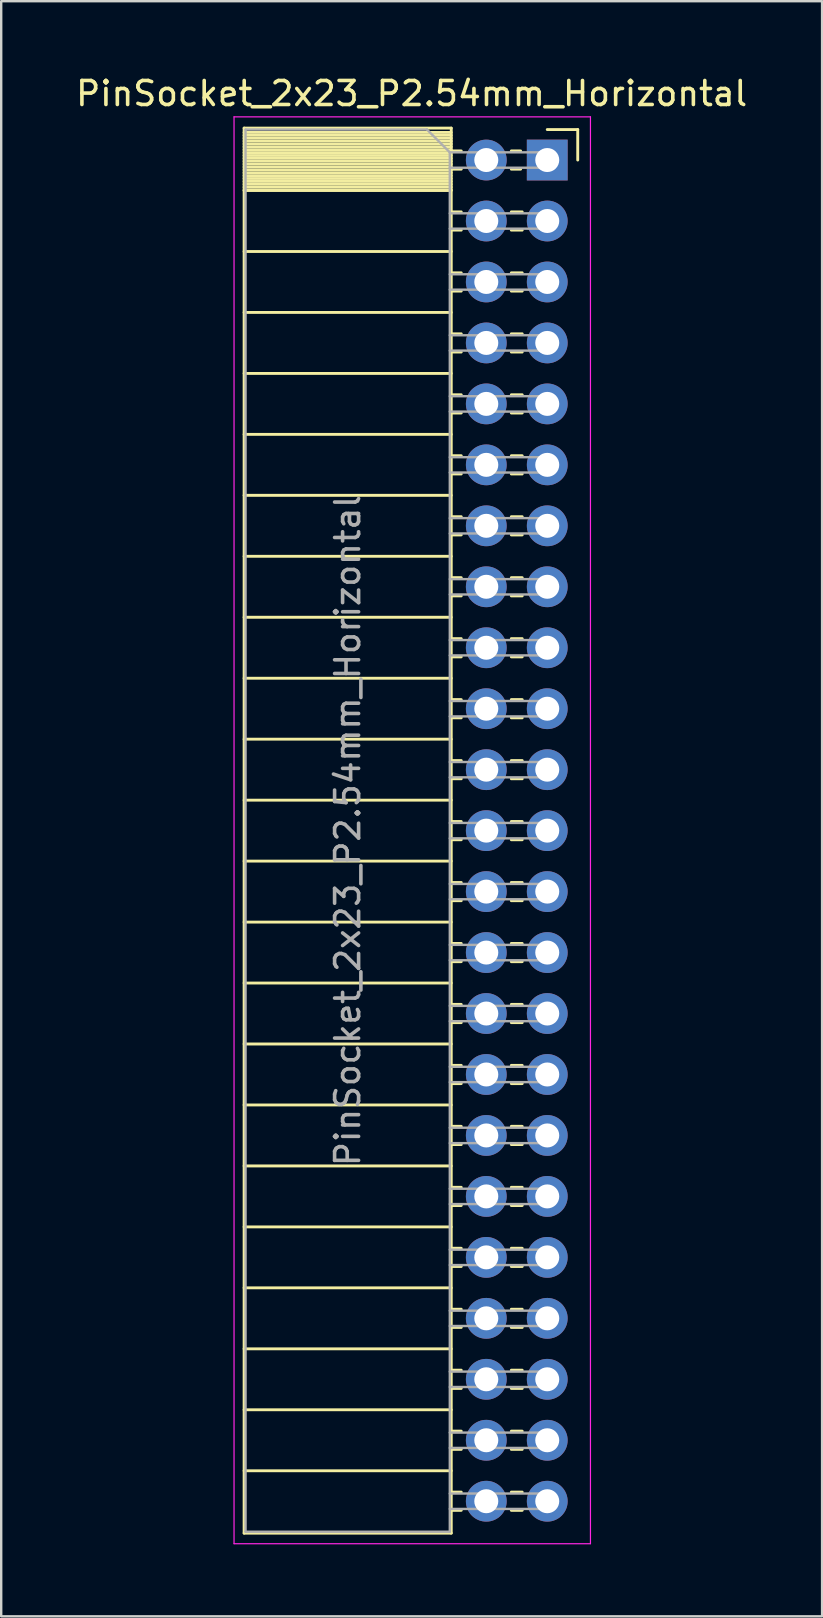
<source format=kicad_pcb>
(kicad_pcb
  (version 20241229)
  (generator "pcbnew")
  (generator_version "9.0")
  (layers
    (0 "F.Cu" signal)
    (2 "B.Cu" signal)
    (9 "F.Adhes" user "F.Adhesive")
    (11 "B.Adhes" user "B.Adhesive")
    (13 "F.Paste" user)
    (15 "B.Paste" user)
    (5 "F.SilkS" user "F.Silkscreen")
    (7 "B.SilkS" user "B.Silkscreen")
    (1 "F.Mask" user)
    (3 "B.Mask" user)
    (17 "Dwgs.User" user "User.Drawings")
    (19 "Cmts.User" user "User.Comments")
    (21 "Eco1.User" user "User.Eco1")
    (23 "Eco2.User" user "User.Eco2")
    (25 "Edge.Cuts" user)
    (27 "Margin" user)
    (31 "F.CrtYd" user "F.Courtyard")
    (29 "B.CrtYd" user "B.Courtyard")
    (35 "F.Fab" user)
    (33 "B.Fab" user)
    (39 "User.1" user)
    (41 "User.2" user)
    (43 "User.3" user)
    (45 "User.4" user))
  (footprint "PinSocket_2x23_P2.54mm_Horizontal"
    (layer "F.Cu")
    (at 19.751 3.618)
    (property "Reference" "PinSocket_2x23_P2.54mm_Horizontal" (at -5.65 -2.77 0) (layer "F.SilkS") (effects (font (size 1 1) (thickness 0.15))))
    (attr through_hole)
    (fp_line (start -12.63 -1.33) (end -12.63 57.21) (stroke (width 0.12) (type solid)) (layer "F.SilkS"))
    (fp_line (start -12.63 -1.33) (end -4 -1.33) (stroke (width 0.12) (type solid)) (layer "F.SilkS"))
    (fp_line (start -12.63 -1.15) (end -4 -1.15) (stroke (width 0.12) (type solid)) (layer "F.SilkS"))
    (fp_line (start -12.63 -1.03) (end -4 -1.03) (stroke (width 0.12) (type solid)) (layer "F.SilkS"))
    (fp_line (start -12.63 -0.91) (end -4 -0.91) (stroke (width 0.12) (type solid)) (layer "F.SilkS"))
    (fp_line (start -12.63 -0.79) (end -4 -0.79) (stroke (width 0.12) (type solid)) (layer "F.SilkS"))
    (fp_line (start -12.63 -0.67) (end -4 -0.67) (stroke (width 0.12) (type solid)) (layer "F.SilkS"))
    (fp_line (start -12.63 -0.55) (end -4 -0.55) (stroke (width 0.12) (type solid)) (layer "F.SilkS"))
    (fp_line (start -12.63 -0.43) (end -4 -0.43) (stroke (width 0.12) (type solid)) (layer "F.SilkS"))
    (fp_line (start -12.63 -0.31) (end -4 -0.31) (stroke (width 0.12) (type solid)) (layer "F.SilkS"))
    (fp_line (start -12.63 -0.19) (end -4 -0.19) (stroke (width 0.12) (type solid)) (layer "F.SilkS"))
    (fp_line (start -12.63 -0.07) (end -4 -0.07) (stroke (width 0.12) (type solid)) (layer "F.SilkS"))
    (fp_line (start -12.63 0.05) (end -4 0.05) (stroke (width 0.12) (type solid)) (layer "F.SilkS"))
    (fp_line (start -12.63 0.17) (end -4 0.17) (stroke (width 0.12) (type solid)) (layer "F.SilkS"))
    (fp_line (start -12.63 0.29) (end -4 0.29) (stroke (width 0.12) (type solid)) (layer "F.SilkS"))
    (fp_line (start -12.63 0.41) (end -4 0.41) (stroke (width 0.12) (type solid)) (layer "F.SilkS"))
    (fp_line (start -12.63 0.53) (end -4 0.53) (stroke (width 0.12) (type solid)) (layer "F.SilkS"))
    (fp_line (start -12.63 0.65) (end -4 0.65) (stroke (width 0.12) (type solid)) (layer "F.SilkS"))
    (fp_line (start -12.63 0.77) (end -4 0.77) (stroke (width 0.12) (type solid)) (layer "F.SilkS"))
    (fp_line (start -12.63 0.89) (end -4 0.89) (stroke (width 0.12) (type solid)) (layer "F.SilkS"))
    (fp_line (start -12.63 1.01) (end -4 1.01) (stroke (width 0.12) (type solid)) (layer "F.SilkS"))
    (fp_line (start -12.63 1.13) (end -4 1.13) (stroke (width 0.12) (type solid)) (layer "F.SilkS"))
    (fp_line (start -12.63 1.25) (end -4 1.25) (stroke (width 0.12) (type solid)) (layer "F.SilkS"))
    (fp_line (start -12.63 1.27) (end -4 1.27) (stroke (width 0.12) (type solid)) (layer "F.SilkS"))
    (fp_line (start -12.63 3.81) (end -4 3.81) (stroke (width 0.12) (type solid)) (layer "F.SilkS"))
    (fp_line (start -12.63 6.35) (end -4 6.35) (stroke (width 0.12) (type solid)) (layer "F.SilkS"))
    (fp_line (start -12.63 8.89) (end -4 8.89) (stroke (width 0.12) (type solid)) (layer "F.SilkS"))
    (fp_line (start -12.63 11.43) (end -4 11.43) (stroke (width 0.12) (type solid)) (layer "F.SilkS"))
    (fp_line (start -12.63 13.97) (end -4 13.97) (stroke (width 0.12) (type solid)) (layer "F.SilkS"))
    (fp_line (start -12.63 16.51) (end -4 16.51) (stroke (width 0.12) (type solid)) (layer "F.SilkS"))
    (fp_line (start -12.63 19.05) (end -4 19.05) (stroke (width 0.12) (type solid)) (layer "F.SilkS"))
    (fp_line (start -12.63 21.59) (end -4 21.59) (stroke (width 0.12) (type solid)) (layer "F.SilkS"))
    (fp_line (start -12.63 24.13) (end -4 24.13) (stroke (width 0.12) (type solid)) (layer "F.SilkS"))
    (fp_line (start -12.63 26.67) (end -4 26.67) (stroke (width 0.12) (type solid)) (layer "F.SilkS"))
    (fp_line (start -12.63 29.21) (end -4 29.21) (stroke (width 0.12) (type solid)) (layer "F.SilkS"))
    (fp_line (start -12.63 31.75) (end -4 31.75) (stroke (width 0.12) (type solid)) (layer "F.SilkS"))
    (fp_line (start -12.63 34.29) (end -4 34.29) (stroke (width 0.12) (type solid)) (layer "F.SilkS"))
    (fp_line (start -12.63 36.83) (end -4 36.83) (stroke (width 0.12) (type solid)) (layer "F.SilkS"))
    (fp_line (start -12.63 39.37) (end -4 39.37) (stroke (width 0.12) (type solid)) (layer "F.SilkS"))
    (fp_line (start -12.63 41.91) (end -4 41.91) (stroke (width 0.12) (type solid)) (layer "F.SilkS"))
    (fp_line (start -12.63 44.45) (end -4 44.45) (stroke (width 0.12) (type solid)) (layer "F.SilkS"))
    (fp_line (start -12.63 46.99) (end -4 46.99) (stroke (width 0.12) (type solid)) (layer "F.SilkS"))
    (fp_line (start -12.63 49.53) (end -4 49.53) (stroke (width 0.12) (type solid)) (layer "F.SilkS"))
    (fp_line (start -12.63 52.07) (end -4 52.07) (stroke (width 0.12) (type solid)) (layer "F.SilkS"))
    (fp_line (start -12.63 54.61) (end -4 54.61) (stroke (width 0.12) (type solid)) (layer "F.SilkS"))
    (fp_line (start -12.63 57.21) (end -4 57.21) (stroke (width 0.12) (type solid)) (layer "F.SilkS"))
    (fp_line (start -4 -1.33) (end -4 57.21) (stroke (width 0.12) (type solid)) (layer "F.SilkS"))
    (fp_line (start -4 -0.38) (end -3.583 -0.38) (stroke (width 0.12) (type solid)) (layer "F.SilkS"))
    (fp_line (start -4 0.38) (end -3.583 0.38) (stroke (width 0.12) (type solid)) (layer "F.SilkS"))
    (fp_line (start -4 2.16) (end -3.583 2.16) (stroke (width 0.12) (type solid)) (layer "F.SilkS"))
    (fp_line (start -4 2.92) (end -3.583 2.92) (stroke (width 0.12) (type solid)) (layer "F.SilkS"))
    (fp_line (start -4 4.7) (end -3.583 4.7) (stroke (width 0.12) (type solid)) (layer "F.SilkS"))
    (fp_line (start -4 5.46) (end -3.583 5.46) (stroke (width 0.12) (type solid)) (layer "F.SilkS"))
    (fp_line (start -4 7.24) (end -3.583 7.24) (stroke (width 0.12) (type solid)) (layer "F.SilkS"))
    (fp_line (start -4 8) (end -3.583 8) (stroke (width 0.12) (type solid)) (layer "F.SilkS"))
    (fp_line (start -4 9.78) (end -3.583 9.78) (stroke (width 0.12) (type solid)) (layer "F.SilkS"))
    (fp_line (start -4 10.54) (end -3.583 10.54) (stroke (width 0.12) (type solid)) (layer "F.SilkS"))
    (fp_line (start -4 12.32) (end -3.583 12.32) (stroke (width 0.12) (type solid)) (layer "F.SilkS"))
    (fp_line (start -4 13.08) (end -3.583 13.08) (stroke (width 0.12) (type solid)) (layer "F.SilkS"))
    (fp_line (start -4 14.86) (end -3.583 14.86) (stroke (width 0.12) (type solid)) (layer "F.SilkS"))
    (fp_line (start -4 15.62) (end -3.583 15.62) (stroke (width 0.12) (type solid)) (layer "F.SilkS"))
    (fp_line (start -4 17.4) (end -3.583 17.4) (stroke (width 0.12) (type solid)) (layer "F.SilkS"))
    (fp_line (start -4 18.16) (end -3.583 18.16) (stroke (width 0.12) (type solid)) (layer "F.SilkS"))
    (fp_line (start -4 19.94) (end -3.583 19.94) (stroke (width 0.12) (type solid)) (layer "F.SilkS"))
    (fp_line (start -4 20.7) (end -3.583 20.7) (stroke (width 0.12) (type solid)) (layer "F.SilkS"))
    (fp_line (start -4 22.48) (end -3.583 22.48) (stroke (width 0.12) (type solid)) (layer "F.SilkS"))
    (fp_line (start -4 23.24) (end -3.583 23.24) (stroke (width 0.12) (type solid)) (layer "F.SilkS"))
    (fp_line (start -4 25.02) (end -3.583 25.02) (stroke (width 0.12) (type solid)) (layer "F.SilkS"))
    (fp_line (start -4 25.78) (end -3.583 25.78) (stroke (width 0.12) (type solid)) (layer "F.SilkS"))
    (fp_line (start -4 27.56) (end -3.583 27.56) (stroke (width 0.12) (type solid)) (layer "F.SilkS"))
    (fp_line (start -4 28.32) (end -3.583 28.32) (stroke (width 0.12) (type solid)) (layer "F.SilkS"))
    (fp_line (start -4 30.1) (end -3.583 30.1) (stroke (width 0.12) (type solid)) (layer "F.SilkS"))
    (fp_line (start -4 30.86) (end -3.583 30.86) (stroke (width 0.12) (type solid)) (layer "F.SilkS"))
    (fp_line (start -4 32.64) (end -3.583 32.64) (stroke (width 0.12) (type solid)) (layer "F.SilkS"))
    (fp_line (start -4 33.4) (end -3.583 33.4) (stroke (width 0.12) (type solid)) (layer "F.SilkS"))
    (fp_line (start -4 35.18) (end -3.583 35.18) (stroke (width 0.12) (type solid)) (layer "F.SilkS"))
    (fp_line (start -4 35.94) (end -3.583 35.94) (stroke (width 0.12) (type solid)) (layer "F.SilkS"))
    (fp_line (start -4 37.72) (end -3.583 37.72) (stroke (width 0.12) (type solid)) (layer "F.SilkS"))
    (fp_line (start -4 38.48) (end -3.583 38.48) (stroke (width 0.12) (type solid)) (layer "F.SilkS"))
    (fp_line (start -4 40.26) (end -3.583 40.26) (stroke (width 0.12) (type solid)) (layer "F.SilkS"))
    (fp_line (start -4 41.02) (end -3.583 41.02) (stroke (width 0.12) (type solid)) (layer "F.SilkS"))
    (fp_line (start -4 42.8) (end -3.583 42.8) (stroke (width 0.12) (type solid)) (layer "F.SilkS"))
    (fp_line (start -4 43.56) (end -3.583 43.56) (stroke (width 0.12) (type solid)) (layer "F.SilkS"))
    (fp_line (start -4 45.34) (end -3.583 45.34) (stroke (width 0.12) (type solid)) (layer "F.SilkS"))
    (fp_line (start -4 46.1) (end -3.583 46.1) (stroke (width 0.12) (type solid)) (layer "F.SilkS"))
    (fp_line (start -4 47.88) (end -3.583 47.88) (stroke (width 0.12) (type solid)) (layer "F.SilkS"))
    (fp_line (start -4 48.64) (end -3.583 48.64) (stroke (width 0.12) (type solid)) (layer "F.SilkS"))
    (fp_line (start -4 50.42) (end -3.583 50.42) (stroke (width 0.12) (type solid)) (layer "F.SilkS"))
    (fp_line (start -4 51.18) (end -3.583 51.18) (stroke (width 0.12) (type solid)) (layer "F.SilkS"))
    (fp_line (start -4 52.96) (end -3.583 52.96) (stroke (width 0.12) (type solid)) (layer "F.SilkS"))
    (fp_line (start -4 53.72) (end -3.583 53.72) (stroke (width 0.12) (type solid)) (layer "F.SilkS"))
    (fp_line (start -4 55.5) (end -3.583 55.5) (stroke (width 0.12) (type solid)) (layer "F.SilkS"))
    (fp_line (start -4 56.26) (end -3.583 56.26) (stroke (width 0.12) (type solid)) (layer "F.SilkS"))
    (fp_line (start -1.497 -0.38) (end -1.11 -0.38) (stroke (width 0.12) (type solid)) (layer "F.SilkS"))
    (fp_line (start -1.497 0.38) (end -1.11 0.38) (stroke (width 0.12) (type solid)) (layer "F.SilkS"))
    (fp_line (start -1.497 2.16) (end -1.043 2.16) (stroke (width 0.12) (type solid)) (layer "F.SilkS"))
    (fp_line (start -1.497 2.92) (end -1.043 2.92) (stroke (width 0.12) (type solid)) (layer "F.SilkS"))
    (fp_line (start -1.497 4.7) (end -1.043 4.7) (stroke (width 0.12) (type solid)) (layer "F.SilkS"))
    (fp_line (start -1.497 5.46) (end -1.043 5.46) (stroke (width 0.12) (type solid)) (layer "F.SilkS"))
    (fp_line (start -1.497 7.24) (end -1.043 7.24) (stroke (width 0.12) (type solid)) (layer "F.SilkS"))
    (fp_line (start -1.497 8) (end -1.043 8) (stroke (width 0.12) (type solid)) (layer "F.SilkS"))
    (fp_line (start -1.497 9.78) (end -1.043 9.78) (stroke (width 0.12) (type solid)) (layer "F.SilkS"))
    (fp_line (start -1.497 10.54) (end -1.043 10.54) (stroke (width 0.12) (type solid)) (layer "F.SilkS"))
    (fp_line (start -1.497 12.32) (end -1.043 12.32) (stroke (width 0.12) (type solid)) (layer "F.SilkS"))
    (fp_line (start -1.497 13.08) (end -1.043 13.08) (stroke (width 0.12) (type solid)) (layer "F.SilkS"))
    (fp_line (start -1.497 14.86) (end -1.043 14.86) (stroke (width 0.12) (type solid)) (layer "F.SilkS"))
    (fp_line (start -1.497 15.62) (end -1.043 15.62) (stroke (width 0.12) (type solid)) (layer "F.SilkS"))
    (fp_line (start -1.497 17.4) (end -1.043 17.4) (stroke (width 0.12) (type solid)) (layer "F.SilkS"))
    (fp_line (start -1.497 18.16) (end -1.043 18.16) (stroke (width 0.12) (type solid)) (layer "F.SilkS"))
    (fp_line (start -1.497 19.94) (end -1.043 19.94) (stroke (width 0.12) (type solid)) (layer "F.SilkS"))
    (fp_line (start -1.497 20.7) (end -1.043 20.7) (stroke (width 0.12) (type solid)) (layer "F.SilkS"))
    (fp_line (start -1.497 22.48) (end -1.043 22.48) (stroke (width 0.12) (type solid)) (layer "F.SilkS"))
    (fp_line (start -1.497 23.24) (end -1.043 23.24) (stroke (width 0.12) (type solid)) (layer "F.SilkS"))
    (fp_line (start -1.497 25.02) (end -1.043 25.02) (stroke (width 0.12) (type solid)) (layer "F.SilkS"))
    (fp_line (start -1.497 25.78) (end -1.043 25.78) (stroke (width 0.12) (type solid)) (layer "F.SilkS"))
    (fp_line (start -1.497 27.56) (end -1.043 27.56) (stroke (width 0.12) (type solid)) (layer "F.SilkS"))
    (fp_line (start -1.497 28.32) (end -1.043 28.32) (stroke (width 0.12) (type solid)) (layer "F.SilkS"))
    (fp_line (start -1.497 30.1) (end -1.043 30.1) (stroke (width 0.12) (type solid)) (layer "F.SilkS"))
    (fp_line (start -1.497 30.86) (end -1.043 30.86) (stroke (width 0.12) (type solid)) (layer "F.SilkS"))
    (fp_line (start -1.497 32.64) (end -1.043 32.64) (stroke (width 0.12) (type solid)) (layer "F.SilkS"))
    (fp_line (start -1.497 33.4) (end -1.043 33.4) (stroke (width 0.12) (type solid)) (layer "F.SilkS"))
    (fp_line (start -1.497 35.18) (end -1.043 35.18) (stroke (width 0.12) (type solid)) (layer "F.SilkS"))
    (fp_line (start -1.497 35.94) (end -1.043 35.94) (stroke (width 0.12) (type solid)) (layer "F.SilkS"))
    (fp_line (start -1.497 37.72) (end -1.043 37.72) (stroke (width 0.12) (type solid)) (layer "F.SilkS"))
    (fp_line (start -1.497 38.48) (end -1.043 38.48) (stroke (width 0.12) (type solid)) (layer "F.SilkS"))
    (fp_line (start -1.497 40.26) (end -1.043 40.26) (stroke (width 0.12) (type solid)) (layer "F.SilkS"))
    (fp_line (start -1.497 41.02) (end -1.043 41.02) (stroke (width 0.12) (type solid)) (layer "F.SilkS"))
    (fp_line (start -1.497 42.8) (end -1.043 42.8) (stroke (width 0.12) (type solid)) (layer "F.SilkS"))
    (fp_line (start -1.497 43.56) (end -1.043 43.56) (stroke (width 0.12) (type solid)) (layer "F.SilkS"))
    (fp_line (start -1.497 45.34) (end -1.043 45.34) (stroke (width 0.12) (type solid)) (layer "F.SilkS"))
    (fp_line (start -1.497 46.1) (end -1.043 46.1) (stroke (width 0.12) (type solid)) (layer "F.SilkS"))
    (fp_line (start -1.497 47.88) (end -1.043 47.88) (stroke (width 0.12) (type solid)) (layer "F.SilkS"))
    (fp_line (start -1.497 48.64) (end -1.043 48.64) (stroke (width 0.12) (type solid)) (layer "F.SilkS"))
    (fp_line (start -1.497 50.42) (end -1.043 50.42) (stroke (width 0.12) (type solid)) (layer "F.SilkS"))
    (fp_line (start -1.497 51.18) (end -1.043 51.18) (stroke (width 0.12) (type solid)) (layer "F.SilkS"))
    (fp_line (start -1.497 52.96) (end -1.043 52.96) (stroke (width 0.12) (type solid)) (layer "F.SilkS"))
    (fp_line (start -1.497 53.72) (end -1.043 53.72) (stroke (width 0.12) (type solid)) (layer "F.SilkS"))
    (fp_line (start -1.497 55.5) (end -1.043 55.5) (stroke (width 0.12) (type solid)) (layer "F.SilkS"))
    (fp_line (start -1.497 56.26) (end -1.043 56.26) (stroke (width 0.12) (type solid)) (layer "F.SilkS"))
    (fp_line (start 0 -1.27) (end 1.27 -1.27) (stroke (width 0.12) (type solid)) (layer "F.SilkS"))
    (fp_line (start 1.27 -1.27) (end 1.27 0) (stroke (width 0.12) (type solid)) (layer "F.SilkS"))
    (fp_line (start -13.05 -1.8) (end -13.05 57.65) (stroke (width 0.05) (type solid)) (layer "F.CrtYd"))
    (fp_line (start -13.05 57.65) (end 1.8 57.65) (stroke (width 0.05) (type solid)) (layer "F.CrtYd"))
    (fp_line (start 1.8 -1.8) (end -13.05 -1.8) (stroke (width 0.05) (type solid)) (layer "F.CrtYd"))
    (fp_line (start 1.8 57.65) (end 1.8 -1.8) (stroke (width 0.05) (type solid)) (layer "F.CrtYd"))
    (fp_line (start -12.57 -1.27) (end -5.01 -1.27) (stroke (width 0.1) (type solid)) (layer "F.Fab"))
    (fp_line (start -12.57 57.15) (end -12.57 -1.27) (stroke (width 0.1) (type solid)) (layer "F.Fab"))
    (fp_line (start -5.01 -1.27) (end -4.06 -0.32) (stroke (width 0.1) (type solid)) (layer "F.Fab"))
    (fp_line (start -4.06 -0.32) (end -4.06 57.15) (stroke (width 0.1) (type solid)) (layer "F.Fab"))
    (fp_line (start -4.06 0.32) (end 0 0.32) (stroke (width 0.1) (type solid)) (layer "F.Fab"))
    (fp_line (start -4.06 2.86) (end 0 2.86) (stroke (width 0.1) (type solid)) (layer "F.Fab"))
    (fp_line (start -4.06 5.4) (end 0 5.4) (stroke (width 0.1) (type solid)) (layer "F.Fab"))
    (fp_line (start -4.06 7.94) (end 0 7.94) (stroke (width 0.1) (type solid)) (layer "F.Fab"))
    (fp_line (start -4.06 10.48) (end 0 10.48) (stroke (width 0.1) (type solid)) (layer "F.Fab"))
    (fp_line (start -4.06 13.02) (end 0 13.02) (stroke (width 0.1) (type solid)) (layer "F.Fab"))
    (fp_line (start -4.06 15.56) (end 0 15.56) (stroke (width 0.1) (type solid)) (layer "F.Fab"))
    (fp_line (start -4.06 18.1) (end 0 18.1) (stroke (width 0.1) (type solid)) (layer "F.Fab"))
    (fp_line (start -4.06 20.64) (end 0 20.64) (stroke (width 0.1) (type solid)) (layer "F.Fab"))
    (fp_line (start -4.06 23.18) (end 0 23.18) (stroke (width 0.1) (type solid)) (layer "F.Fab"))
    (fp_line (start -4.06 25.72) (end 0 25.72) (stroke (width 0.1) (type solid)) (layer "F.Fab"))
    (fp_line (start -4.06 28.26) (end 0 28.26) (stroke (width 0.1) (type solid)) (layer "F.Fab"))
    (fp_line (start -4.06 30.8) (end 0 30.8) (stroke (width 0.1) (type solid)) (layer "F.Fab"))
    (fp_line (start -4.06 33.34) (end 0 33.34) (stroke (width 0.1) (type solid)) (layer "F.Fab"))
    (fp_line (start -4.06 35.88) (end 0 35.88) (stroke (width 0.1) (type solid)) (layer "F.Fab"))
    (fp_line (start -4.06 38.42) (end 0 38.42) (stroke (width 0.1) (type solid)) (layer "F.Fab"))
    (fp_line (start -4.06 40.96) (end 0 40.96) (stroke (width 0.1) (type solid)) (layer "F.Fab"))
    (fp_line (start -4.06 43.5) (end 0 43.5) (stroke (width 0.1) (type solid)) (layer "F.Fab"))
    (fp_line (start -4.06 46.04) (end 0 46.04) (stroke (width 0.1) (type solid)) (layer "F.Fab"))
    (fp_line (start -4.06 48.58) (end 0 48.58) (stroke (width 0.1) (type solid)) (layer "F.Fab"))
    (fp_line (start -4.06 51.12) (end 0 51.12) (stroke (width 0.1) (type solid)) (layer "F.Fab"))
    (fp_line (start -4.06 53.66) (end 0 53.66) (stroke (width 0.1) (type solid)) (layer "F.Fab"))
    (fp_line (start -4.06 56.2) (end 0 56.2) (stroke (width 0.1) (type solid)) (layer "F.Fab"))
    (fp_line (start -4.06 57.15) (end -12.57 57.15) (stroke (width 0.1) (type solid)) (layer "F.Fab"))
    (fp_line (start 0 -0.32) (end -4.06 -0.32) (stroke (width 0.1) (type solid)) (layer "F.Fab"))
    (fp_line (start 0 0.32) (end 0 -0.32) (stroke (width 0.1) (type solid)) (layer "F.Fab"))
    (fp_line (start 0 2.22) (end -4.06 2.22) (stroke (width 0.1) (type solid)) (layer "F.Fab"))
    (fp_line (start 0 2.86) (end 0 2.22) (stroke (width 0.1) (type solid)) (layer "F.Fab"))
    (fp_line (start 0 4.76) (end -4.06 4.76) (stroke (width 0.1) (type solid)) (layer "F.Fab"))
    (fp_line (start 0 5.4) (end 0 4.76) (stroke (width 0.1) (type solid)) (layer "F.Fab"))
    (fp_line (start 0 7.3) (end -4.06 7.3) (stroke (width 0.1) (type solid)) (layer "F.Fab"))
    (fp_line (start 0 7.94) (end 0 7.3) (stroke (width 0.1) (type solid)) (layer "F.Fab"))
    (fp_line (start 0 9.84) (end -4.06 9.84) (stroke (width 0.1) (type solid)) (layer "F.Fab"))
    (fp_line (start 0 10.48) (end 0 9.84) (stroke (width 0.1) (type solid)) (layer "F.Fab"))
    (fp_line (start 0 12.38) (end -4.06 12.38) (stroke (width 0.1) (type solid)) (layer "F.Fab"))
    (fp_line (start 0 13.02) (end 0 12.38) (stroke (width 0.1) (type solid)) (layer "F.Fab"))
    (fp_line (start 0 14.92) (end -4.06 14.92) (stroke (width 0.1) (type solid)) (layer "F.Fab"))
    (fp_line (start 0 15.56) (end 0 14.92) (stroke (width 0.1) (type solid)) (layer "F.Fab"))
    (fp_line (start 0 17.46) (end -4.06 17.46) (stroke (width 0.1) (type solid)) (layer "F.Fab"))
    (fp_line (start 0 18.1) (end 0 17.46) (stroke (width 0.1) (type solid)) (layer "F.Fab"))
    (fp_line (start 0 20) (end -4.06 20) (stroke (width 0.1) (type solid)) (layer "F.Fab"))
    (fp_line (start 0 20.64) (end 0 20) (stroke (width 0.1) (type solid)) (layer "F.Fab"))
    (fp_line (start 0 22.54) (end -4.06 22.54) (stroke (width 0.1) (type solid)) (layer "F.Fab"))
    (fp_line (start 0 23.18) (end 0 22.54) (stroke (width 0.1) (type solid)) (layer "F.Fab"))
    (fp_line (start 0 25.08) (end -4.06 25.08) (stroke (width 0.1) (type solid)) (layer "F.Fab"))
    (fp_line (start 0 25.72) (end 0 25.08) (stroke (width 0.1) (type solid)) (layer "F.Fab"))
    (fp_line (start 0 27.62) (end -4.06 27.62) (stroke (width 0.1) (type solid)) (layer "F.Fab"))
    (fp_line (start 0 28.26) (end 0 27.62) (stroke (width 0.1) (type solid)) (layer "F.Fab"))
    (fp_line (start 0 30.16) (end -4.06 30.16) (stroke (width 0.1) (type solid)) (layer "F.Fab"))
    (fp_line (start 0 30.8) (end 0 30.16) (stroke (width 0.1) (type solid)) (layer "F.Fab"))
    (fp_line (start 0 32.7) (end -4.06 32.7) (stroke (width 0.1) (type solid)) (layer "F.Fab"))
    (fp_line (start 0 33.34) (end 0 32.7) (stroke (width 0.1) (type solid)) (layer "F.Fab"))
    (fp_line (start 0 35.24) (end -4.06 35.24) (stroke (width 0.1) (type solid)) (layer "F.Fab"))
    (fp_line (start 0 35.88) (end 0 35.24) (stroke (width 0.1) (type solid)) (layer "F.Fab"))
    (fp_line (start 0 37.78) (end -4.06 37.78) (stroke (width 0.1) (type solid)) (layer "F.Fab"))
    (fp_line (start 0 38.42) (end 0 37.78) (stroke (width 0.1) (type solid)) (layer "F.Fab"))
    (fp_line (start 0 40.32) (end -4.06 40.32) (stroke (width 0.1) (type solid)) (layer "F.Fab"))
    (fp_line (start 0 40.96) (end 0 40.32) (stroke (width 0.1) (type solid)) (layer "F.Fab"))
    (fp_line (start 0 42.86) (end -4.06 42.86) (stroke (width 0.1) (type solid)) (layer "F.Fab"))
    (fp_line (start 0 43.5) (end 0 42.86) (stroke (width 0.1) (type solid)) (layer "F.Fab"))
    (fp_line (start 0 45.4) (end -4.06 45.4) (stroke (width 0.1) (type solid)) (layer "F.Fab"))
    (fp_line (start 0 46.04) (end 0 45.4) (stroke (width 0.1) (type solid)) (layer "F.Fab"))
    (fp_line (start 0 47.94) (end -4.06 47.94) (stroke (width 0.1) (type solid)) (layer "F.Fab"))
    (fp_line (start 0 48.58) (end 0 47.94) (stroke (width 0.1) (type solid)) (layer "F.Fab"))
    (fp_line (start 0 50.48) (end -4.06 50.48) (stroke (width 0.1) (type solid)) (layer "F.Fab"))
    (fp_line (start 0 51.12) (end 0 50.48) (stroke (width 0.1) (type solid)) (layer "F.Fab"))
    (fp_line (start 0 53.02) (end -4.06 53.02) (stroke (width 0.1) (type solid)) (layer "F.Fab"))
    (fp_line (start 0 53.66) (end 0 53.02) (stroke (width 0.1) (type solid)) (layer "F.Fab"))
    (fp_line (start 0 55.56) (end -4.06 55.56) (stroke (width 0.1) (type solid)) (layer "F.Fab"))
    (fp_line (start 0 56.2) (end 0 55.56) (stroke (width 0.1) (type solid)) (layer "F.Fab"))
    (fp_text user "${REFERENCE}" (at -8.315 27.94 90) (layer "F.Fab") (effects (font (size 1 1) (thickness 0.15))))
    (pad "1" thru_hole rect (at 0 0) (size 1.7 1.7) (drill 1) (layers "*.Cu" "*.Mask"))
    (pad "2" thru_hole oval (at -2.54 0) (size 1.7 1.7) (drill 1) (layers "*.Cu" "*.Mask"))
    (pad "3" thru_hole oval (at 0 2.54) (size 1.7 1.7) (drill 1) (layers "*.Cu" "*.Mask"))
    (pad "4" thru_hole oval (at -2.54 2.54) (size 1.7 1.7) (drill 1) (layers "*.Cu" "*.Mask"))
    (pad "5" thru_hole oval (at 0 5.08) (size 1.7 1.7) (drill 1) (layers "*.Cu" "*.Mask"))
    (pad "6" thru_hole oval (at -2.54 5.08) (size 1.7 1.7) (drill 1) (layers "*.Cu" "*.Mask"))
    (pad "7" thru_hole oval (at 0 7.62) (size 1.7 1.7) (drill 1) (layers "*.Cu" "*.Mask"))
    (pad "8" thru_hole oval (at -2.54 7.62) (size 1.7 1.7) (drill 1) (layers "*.Cu" "*.Mask"))
    (pad "9" thru_hole oval (at 0 10.16) (size 1.7 1.7) (drill 1) (layers "*.Cu" "*.Mask"))
    (pad "10" thru_hole oval (at -2.54 10.16) (size 1.7 1.7) (drill 1) (layers "*.Cu" "*.Mask"))
    (pad "11" thru_hole oval (at 0 12.7) (size 1.7 1.7) (drill 1) (layers "*.Cu" "*.Mask"))
    (pad "12" thru_hole oval (at -2.54 12.7) (size 1.7 1.7) (drill 1) (layers "*.Cu" "*.Mask"))
    (pad "13" thru_hole oval (at 0 15.24) (size 1.7 1.7) (drill 1) (layers "*.Cu" "*.Mask"))
    (pad "14" thru_hole oval (at -2.54 15.24) (size 1.7 1.7) (drill 1) (layers "*.Cu" "*.Mask"))
    (pad "15" thru_hole oval (at 0 17.78) (size 1.7 1.7) (drill 1) (layers "*.Cu" "*.Mask"))
    (pad "16" thru_hole oval (at -2.54 17.78) (size 1.7 1.7) (drill 1) (layers "*.Cu" "*.Mask"))
    (pad "17" thru_hole oval (at 0 20.32) (size 1.7 1.7) (drill 1) (layers "*.Cu" "*.Mask"))
    (pad "18" thru_hole oval (at -2.54 20.32) (size 1.7 1.7) (drill 1) (layers "*.Cu" "*.Mask"))
    (pad "19" thru_hole oval (at 0 22.86) (size 1.7 1.7) (drill 1) (layers "*.Cu" "*.Mask"))
    (pad "20" thru_hole oval (at -2.54 22.86) (size 1.7 1.7) (drill 1) (layers "*.Cu" "*.Mask"))
    (pad "21" thru_hole oval (at 0 25.4) (size 1.7 1.7) (drill 1) (layers "*.Cu" "*.Mask"))
    (pad "22" thru_hole oval (at -2.54 25.4) (size 1.7 1.7) (drill 1) (layers "*.Cu" "*.Mask"))
    (pad "23" thru_hole oval (at 0 27.94) (size 1.7 1.7) (drill 1) (layers "*.Cu" "*.Mask"))
    (pad "24" thru_hole oval (at -2.54 27.94) (size 1.7 1.7) (drill 1) (layers "*.Cu" "*.Mask"))
    (pad "25" thru_hole oval (at 0 30.48) (size 1.7 1.7) (drill 1) (layers "*.Cu" "*.Mask"))
    (pad "26" thru_hole oval (at -2.54 30.48) (size 1.7 1.7) (drill 1) (layers "*.Cu" "*.Mask"))
    (pad "27" thru_hole oval (at 0 33.02) (size 1.7 1.7) (drill 1) (layers "*.Cu" "*.Mask"))
    (pad "28" thru_hole oval (at -2.54 33.02) (size 1.7 1.7) (drill 1) (layers "*.Cu" "*.Mask"))
    (pad "29" thru_hole oval (at 0 35.56) (size 1.7 1.7) (drill 1) (layers "*.Cu" "*.Mask"))
    (pad "30" thru_hole oval (at -2.54 35.56) (size 1.7 1.7) (drill 1) (layers "*.Cu" "*.Mask"))
    (pad "31" thru_hole oval (at 0 38.1) (size 1.7 1.7) (drill 1) (layers "*.Cu" "*.Mask"))
    (pad "32" thru_hole oval (at -2.54 38.1) (size 1.7 1.7) (drill 1) (layers "*.Cu" "*.Mask"))
    (pad "33" thru_hole oval (at 0 40.64) (size 1.7 1.7) (drill 1) (layers "*.Cu" "*.Mask"))
    (pad "34" thru_hole oval (at -2.54 40.64) (size 1.7 1.7) (drill 1) (layers "*.Cu" "*.Mask"))
    (pad "35" thru_hole oval (at 0 43.18) (size 1.7 1.7) (drill 1) (layers "*.Cu" "*.Mask"))
    (pad "36" thru_hole oval (at -2.54 43.18) (size 1.7 1.7) (drill 1) (layers "*.Cu" "*.Mask"))
    (pad "37" thru_hole oval (at 0 45.72) (size 1.7 1.7) (drill 1) (layers "*.Cu" "*.Mask"))
    (pad "38" thru_hole oval (at -2.54 45.72) (size 1.7 1.7) (drill 1) (layers "*.Cu" "*.Mask"))
    (pad "39" thru_hole oval (at 0 48.26) (size 1.7 1.7) (drill 1) (layers "*.Cu" "*.Mask"))
    (pad "40" thru_hole oval (at -2.54 48.26) (size 1.7 1.7) (drill 1) (layers "*.Cu" "*.Mask"))
    (pad "41" thru_hole oval (at 0 50.8) (size 1.7 1.7) (drill 1) (layers "*.Cu" "*.Mask"))
    (pad "42" thru_hole oval (at -2.54 50.8) (size 1.7 1.7) (drill 1) (layers "*.Cu" "*.Mask"))
    (pad "43" thru_hole oval (at 0 53.34) (size 1.7 1.7) (drill 1) (layers "*.Cu" "*.Mask"))
    (pad "44" thru_hole oval (at -2.54 53.34) (size 1.7 1.7) (drill 1) (layers "*.Cu" "*.Mask"))
    (pad "45" thru_hole oval (at 0 55.88) (size 1.7 1.7) (drill 1) (layers "*.Cu" "*.Mask"))
    (pad "46" thru_hole oval (at -2.54 55.88) (size 1.7 1.7) (drill 1) (layers "*.Cu" "*.Mask")))
  (gr_rect
    (start -3 -3)
    (end 31.202 64.293)
    (stroke (width 0.1) (type default))
    (fill no)
    (layer "Edge.Cuts")))
</source>
